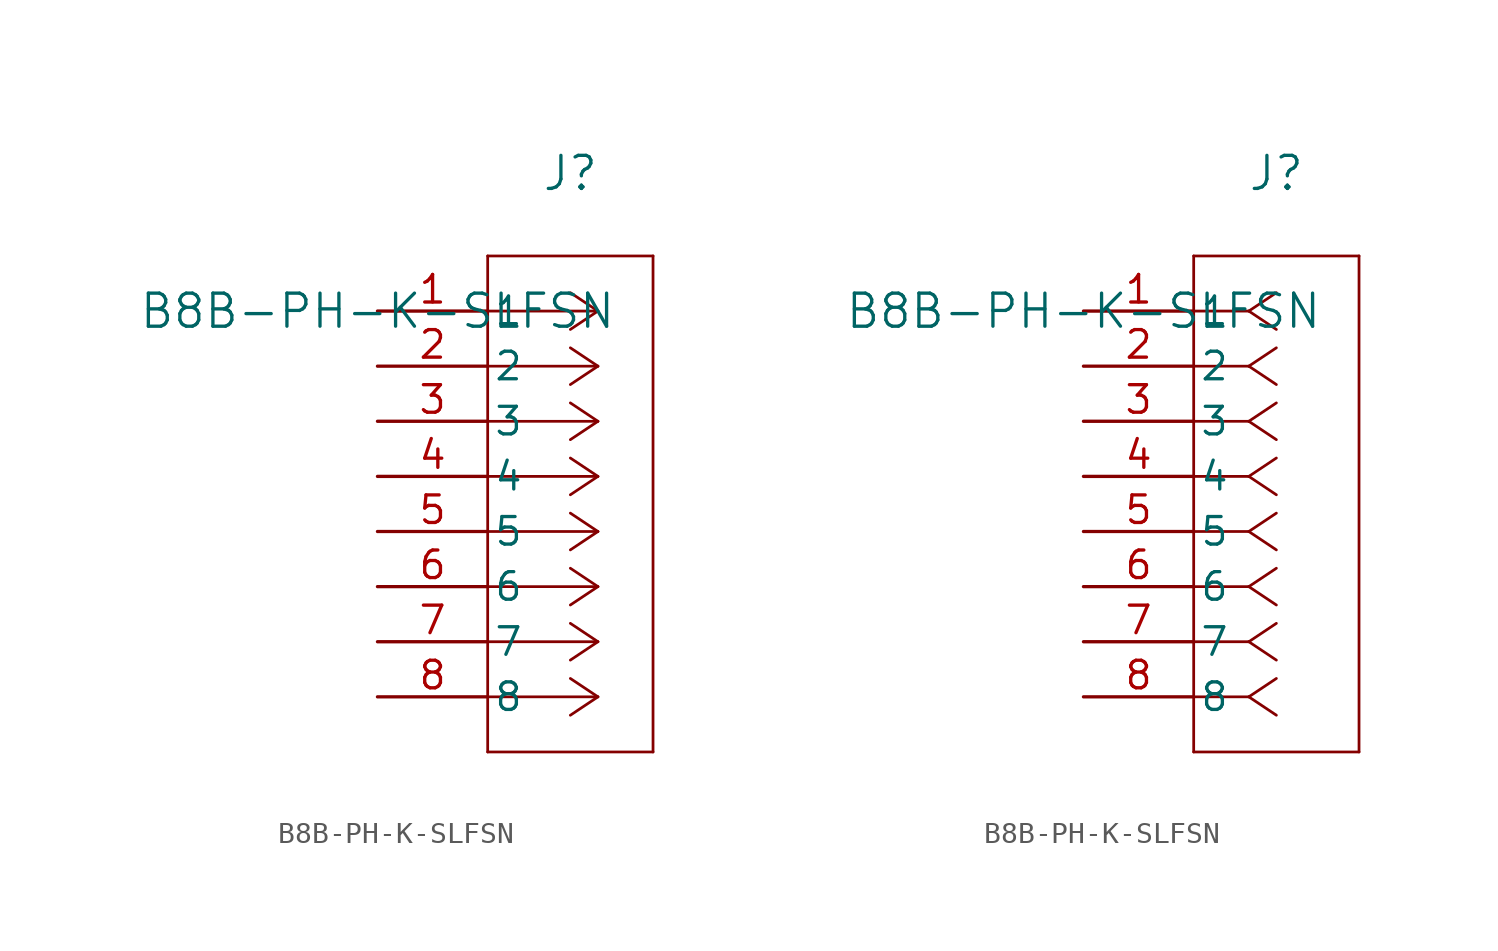
<source format=kicad_sym>
(kicad_symbol_lib
  (version 20241209)
  (generator "kicad_symbol_editor")
  (generator_version "9.0")
  (symbol "B8B-PH-K-SLFSN"
    (pin_names
      (offset 0.254))
    (property "Reference" "J"
      (at 8.89 6.35 0)
      (effects (font (size 1.524 1.524))))
    (property "Value" "B8B-PH-K-SLFSN"
      (at 0 0 0)
      (effects (font (size 1.524 1.524))))
    (property "ki_locked" ""
      (at 0 0 0)
      (effects (font (size 1.27 1.27))))
    (symbol "B8B-PH-K-SLFSN_1_1"
      (polyline (pts (xy 5.08 2.54) (xy 5.08 -20.32)) (stroke (width 0.127) (type default)) (fill (type none)))
      (polyline (pts (xy 5.08 -20.32) (xy 12.7 -20.32)) (stroke (width 0.127) (type default)) (fill (type none)))
      (polyline (pts (xy 10.16 0) (xy 5.08 0)) (stroke (width 0.127) (type default)) (fill (type none)))
      (polyline (pts (xy 10.16 0) (xy 8.89 0.847)) (stroke (width 0.127) (type default)) (fill (type none)))
      (polyline (pts (xy 10.16 0) (xy 8.89 -0.847)) (stroke (width 0.127) (type default)) (fill (type none)))
      (polyline (pts (xy 10.16 -2.54) (xy 5.08 -2.54)) (stroke (width 0.127) (type default)) (fill (type none)))
      (polyline (pts (xy 10.16 -2.54) (xy 8.89 -1.693)) (stroke (width 0.127) (type default)) (fill (type none)))
      (polyline (pts (xy 10.16 -2.54) (xy 8.89 -3.387)) (stroke (width 0.127) (type default)) (fill (type none)))
      (polyline (pts (xy 10.16 -5.08) (xy 5.08 -5.08)) (stroke (width 0.127) (type default)) (fill (type none)))
      (polyline (pts (xy 10.16 -5.08) (xy 8.89 -4.233)) (stroke (width 0.127) (type default)) (fill (type none)))
      (polyline (pts (xy 10.16 -5.08) (xy 8.89 -5.927)) (stroke (width 0.127) (type default)) (fill (type none)))
      (polyline (pts (xy 10.16 -7.62) (xy 5.08 -7.62)) (stroke (width 0.127) (type default)) (fill (type none)))
      (polyline (pts (xy 10.16 -7.62) (xy 8.89 -6.773)) (stroke (width 0.127) (type default)) (fill (type none)))
      (polyline (pts (xy 10.16 -7.62) (xy 8.89 -8.467)) (stroke (width 0.127) (type default)) (fill (type none)))
      (polyline (pts (xy 10.16 -10.16) (xy 5.08 -10.16)) (stroke (width 0.127) (type default)) (fill (type none)))
      (polyline (pts (xy 10.16 -10.16) (xy 8.89 -9.313)) (stroke (width 0.127) (type default)) (fill (type none)))
      (polyline (pts (xy 10.16 -10.16) (xy 8.89 -11.007)) (stroke (width 0.127) (type default)) (fill (type none)))
      (polyline (pts (xy 10.16 -12.7) (xy 5.08 -12.7)) (stroke (width 0.127) (type default)) (fill (type none)))
      (polyline (pts (xy 10.16 -12.7) (xy 8.89 -11.853)) (stroke (width 0.127) (type default)) (fill (type none)))
      (polyline (pts (xy 10.16 -12.7) (xy 8.89 -13.547)) (stroke (width 0.127) (type default)) (fill (type none)))
      (polyline (pts (xy 10.16 -15.24) (xy 5.08 -15.24)) (stroke (width 0.127) (type default)) (fill (type none)))
      (polyline (pts (xy 10.16 -15.24) (xy 8.89 -14.393)) (stroke (width 0.127) (type default)) (fill (type none)))
      (polyline (pts (xy 10.16 -15.24) (xy 8.89 -16.087)) (stroke (width 0.127) (type default)) (fill (type none)))
      (polyline (pts (xy 10.16 -17.78) (xy 5.08 -17.78)) (stroke (width 0.127) (type default)) (fill (type none)))
      (polyline (pts (xy 10.16 -17.78) (xy 8.89 -16.933)) (stroke (width 0.127) (type default)) (fill (type none)))
      (polyline (pts (xy 10.16 -17.78) (xy 8.89 -18.627)) (stroke (width 0.127) (type default)) (fill (type none)))
      (polyline (pts (xy 12.7 2.54) (xy 5.08 2.54)) (stroke (width 0.127) (type default)) (fill (type none)))
      (polyline (pts (xy 12.7 -20.32) (xy 12.7 2.54)) (stroke (width 0.127) (type default)) (fill (type none)))
      (pin unspecified line (at 0 0 0) (length 5.08) (name "1" (effects (font (size 1.27 1.27)))) (number "1" (effects (font (size 1.27 1.27)))))
      (pin unspecified line (at 0 -2.54 0) (length 5.08) (name "2" (effects (font (size 1.27 1.27)))) (number "2" (effects (font (size 1.27 1.27)))))
      (pin unspecified line (at 0 -5.08 0) (length 5.08) (name "3" (effects (font (size 1.27 1.27)))) (number "3" (effects (font (size 1.27 1.27)))))
      (pin unspecified line (at 0 -7.62 0) (length 5.08) (name "4" (effects (font (size 1.27 1.27)))) (number "4" (effects (font (size 1.27 1.27)))))
      (pin unspecified line (at 0 -10.16 0) (length 5.08) (name "5" (effects (font (size 1.27 1.27)))) (number "5" (effects (font (size 1.27 1.27)))))
      (pin unspecified line (at 0 -12.7 0) (length 5.08) (name "6" (effects (font (size 1.27 1.27)))) (number "6" (effects (font (size 1.27 1.27)))))
      (pin unspecified line (at 0 -15.24 0) (length 5.08) (name "7" (effects (font (size 1.27 1.27)))) (number "7" (effects (font (size 1.27 1.27)))))
      (pin unspecified line (at 0 -17.78 0) (length 5.08) (name "8" (effects (font (size 1.27 1.27)))) (number "8" (effects (font (size 1.27 1.27))))))
    (symbol "B8B-PH-K-SLFSN_1_2"
      (polyline (pts (xy 5.08 2.54) (xy 5.08 -20.32)) (stroke (width 0.127) (type default)) (fill (type none)))
      (polyline (pts (xy 5.08 -20.32) (xy 12.7 -20.32)) (stroke (width 0.127) (type default)) (fill (type none)))
      (polyline (pts (xy 7.62 0) (xy 5.08 0)) (stroke (width 0.127) (type default)) (fill (type none)))
      (polyline (pts (xy 7.62 0) (xy 8.89 0.847)) (stroke (width 0.127) (type default)) (fill (type none)))
      (polyline (pts (xy 7.62 0) (xy 8.89 -0.847)) (stroke (width 0.127) (type default)) (fill (type none)))
      (polyline (pts (xy 7.62 -2.54) (xy 5.08 -2.54)) (stroke (width 0.127) (type default)) (fill (type none)))
      (polyline (pts (xy 7.62 -2.54) (xy 8.89 -1.693)) (stroke (width 0.127) (type default)) (fill (type none)))
      (polyline (pts (xy 7.62 -2.54) (xy 8.89 -3.387)) (stroke (width 0.127) (type default)) (fill (type none)))
      (polyline (pts (xy 7.62 -5.08) (xy 5.08 -5.08)) (stroke (width 0.127) (type default)) (fill (type none)))
      (polyline (pts (xy 7.62 -5.08) (xy 8.89 -4.233)) (stroke (width 0.127) (type default)) (fill (type none)))
      (polyline (pts (xy 7.62 -5.08) (xy 8.89 -5.927)) (stroke (width 0.127) (type default)) (fill (type none)))
      (polyline (pts (xy 7.62 -7.62) (xy 5.08 -7.62)) (stroke (width 0.127) (type default)) (fill (type none)))
      (polyline (pts (xy 7.62 -7.62) (xy 8.89 -6.773)) (stroke (width 0.127) (type default)) (fill (type none)))
      (polyline (pts (xy 7.62 -7.62) (xy 8.89 -8.467)) (stroke (width 0.127) (type default)) (fill (type none)))
      (polyline (pts (xy 7.62 -10.16) (xy 5.08 -10.16)) (stroke (width 0.127) (type default)) (fill (type none)))
      (polyline (pts (xy 7.62 -10.16) (xy 8.89 -9.313)) (stroke (width 0.127) (type default)) (fill (type none)))
      (polyline (pts (xy 7.62 -10.16) (xy 8.89 -11.007)) (stroke (width 0.127) (type default)) (fill (type none)))
      (polyline (pts (xy 7.62 -12.7) (xy 5.08 -12.7)) (stroke (width 0.127) (type default)) (fill (type none)))
      (polyline (pts (xy 7.62 -12.7) (xy 8.89 -11.853)) (stroke (width 0.127) (type default)) (fill (type none)))
      (polyline (pts (xy 7.62 -12.7) (xy 8.89 -13.547)) (stroke (width 0.127) (type default)) (fill (type none)))
      (polyline (pts (xy 7.62 -15.24) (xy 5.08 -15.24)) (stroke (width 0.127) (type default)) (fill (type none)))
      (polyline (pts (xy 7.62 -15.24) (xy 8.89 -14.393)) (stroke (width 0.127) (type default)) (fill (type none)))
      (polyline (pts (xy 7.62 -15.24) (xy 8.89 -16.087)) (stroke (width 0.127) (type default)) (fill (type none)))
      (polyline (pts (xy 7.62 -17.78) (xy 5.08 -17.78)) (stroke (width 0.127) (type default)) (fill (type none)))
      (polyline (pts (xy 7.62 -17.78) (xy 8.89 -16.933)) (stroke (width 0.127) (type default)) (fill (type none)))
      (polyline (pts (xy 7.62 -17.78) (xy 8.89 -18.627)) (stroke (width 0.127) (type default)) (fill (type none)))
      (polyline (pts (xy 12.7 2.54) (xy 5.08 2.54)) (stroke (width 0.127) (type default)) (fill (type none)))
      (polyline (pts (xy 12.7 -20.32) (xy 12.7 2.54)) (stroke (width 0.127) (type default)) (fill (type none)))
      (pin unspecified line (at 0 0 0) (length 5.08) (name "1" (effects (font (size 1.27 1.27)))) (number "1" (effects (font (size 1.27 1.27)))))
      (pin unspecified line (at 0 -2.54 0) (length 5.08) (name "2" (effects (font (size 1.27 1.27)))) (number "2" (effects (font (size 1.27 1.27)))))
      (pin unspecified line (at 0 -5.08 0) (length 5.08) (name "3" (effects (font (size 1.27 1.27)))) (number "3" (effects (font (size 1.27 1.27)))))
      (pin unspecified line (at 0 -7.62 0) (length 5.08) (name "4" (effects (font (size 1.27 1.27)))) (number "4" (effects (font (size 1.27 1.27)))))
      (pin unspecified line (at 0 -10.16 0) (length 5.08) (name "5" (effects (font (size 1.27 1.27)))) (number "5" (effects (font (size 1.27 1.27)))))
      (pin unspecified line (at 0 -12.7 0) (length 5.08) (name "6" (effects (font (size 1.27 1.27)))) (number "6" (effects (font (size 1.27 1.27)))))
      (pin unspecified line (at 0 -15.24 0) (length 5.08) (name "7" (effects (font (size 1.27 1.27)))) (number "7" (effects (font (size 1.27 1.27)))))
      (pin unspecified line (at 0 -17.78 0) (length 5.08) (name "8" (effects (font (size 1.27 1.27)))) (number "8" (effects (font (size 1.27 1.27))))))))
</source>
